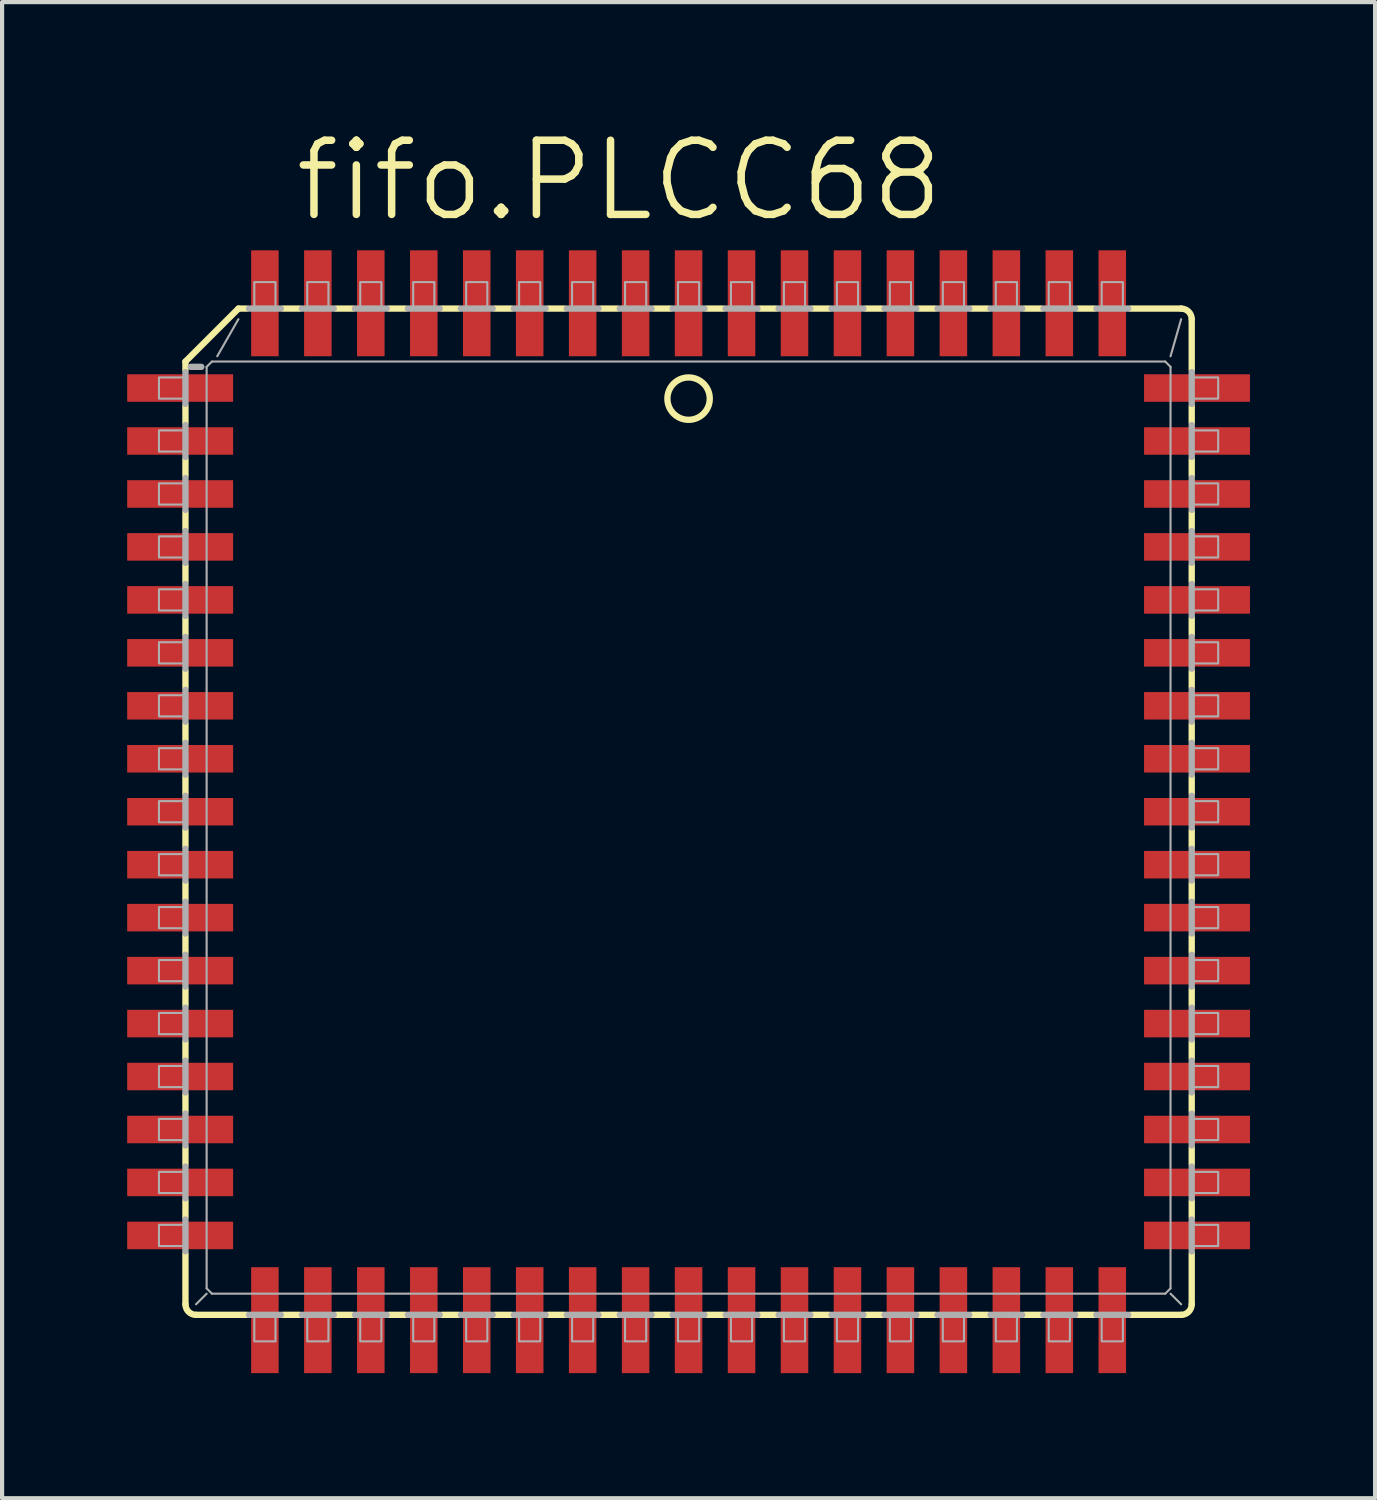
<source format=kicad_pcb>
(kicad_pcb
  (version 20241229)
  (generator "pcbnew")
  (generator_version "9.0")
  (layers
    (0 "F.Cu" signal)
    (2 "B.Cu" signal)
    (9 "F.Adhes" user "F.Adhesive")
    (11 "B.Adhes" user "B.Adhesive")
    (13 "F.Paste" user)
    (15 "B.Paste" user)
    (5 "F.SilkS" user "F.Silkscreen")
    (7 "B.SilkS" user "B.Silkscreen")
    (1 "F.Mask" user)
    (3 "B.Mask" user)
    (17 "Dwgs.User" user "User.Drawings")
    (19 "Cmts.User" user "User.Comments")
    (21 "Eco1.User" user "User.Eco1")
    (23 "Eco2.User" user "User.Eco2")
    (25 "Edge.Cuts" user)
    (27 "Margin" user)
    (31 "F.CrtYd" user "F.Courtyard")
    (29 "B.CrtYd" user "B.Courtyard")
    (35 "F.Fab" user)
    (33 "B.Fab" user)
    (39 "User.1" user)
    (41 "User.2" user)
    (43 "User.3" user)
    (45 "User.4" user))
  (footprint "fifo.PLCC68"
    (layer "F.Cu")
    (at 13.462 16.415)
    (property "Reference" "fifo.PLCC68" (at -9.525 -14.097 0) (layer "F.SilkS") (effects (font (size 1.778 1.778) (thickness 0.18)) (justify left bottom)))
    (attr smd)
    (fp_line (start -12.065 -10.795) (end -12.065 -10.592) (stroke (width 0.152) (type default)) (layer "F.SilkS"))
    (fp_line (start -12.065 -10.795) (end -10.795 -12.065) (stroke (width 0.152) (type default)) (layer "F.SilkS"))
    (fp_line (start -12.065 -9.728) (end -12.065 -9.322) (stroke (width 0.152) (type default)) (layer "F.SilkS"))
    (fp_line (start -12.065 -8.458) (end -12.065 -8.052) (stroke (width 0.152) (type default)) (layer "F.SilkS"))
    (fp_line (start -12.065 -7.188) (end -12.065 -6.782) (stroke (width 0.152) (type default)) (layer "F.SilkS"))
    (fp_line (start -12.065 -5.918) (end -12.065 -5.512) (stroke (width 0.152) (type default)) (layer "F.SilkS"))
    (fp_line (start -12.065 -4.648) (end -12.065 -4.242) (stroke (width 0.152) (type default)) (layer "F.SilkS"))
    (fp_line (start -12.065 -3.378) (end -12.065 -2.972) (stroke (width 0.152) (type default)) (layer "F.SilkS"))
    (fp_line (start -12.065 -1.702) (end -12.065 -2.108) (stroke (width 0.152) (type default)) (layer "F.SilkS"))
    (fp_line (start -12.065 -0.838) (end -12.065 -0.432) (stroke (width 0.152) (type default)) (layer "F.SilkS"))
    (fp_line (start -12.065 0.838) (end -12.065 0.432) (stroke (width 0.152) (type default)) (layer "F.SilkS"))
    (fp_line (start -12.065 1.702) (end -12.065 2.108) (stroke (width 0.152) (type default)) (layer "F.SilkS"))
    (fp_line (start -12.065 3.378) (end -12.065 2.972) (stroke (width 0.152) (type default)) (layer "F.SilkS"))
    (fp_line (start -12.065 4.242) (end -12.065 4.648) (stroke (width 0.152) (type default)) (layer "F.SilkS"))
    (fp_line (start -12.065 5.918) (end -12.065 5.512) (stroke (width 0.152) (type default)) (layer "F.SilkS"))
    (fp_line (start -12.065 6.782) (end -12.065 7.188) (stroke (width 0.152) (type default)) (layer "F.SilkS"))
    (fp_line (start -12.065 8.458) (end -12.065 8.052) (stroke (width 0.152) (type default)) (layer "F.SilkS"))
    (fp_line (start -12.065 9.322) (end -12.065 9.728) (stroke (width 0.152) (type default)) (layer "F.SilkS"))
    (fp_line (start -12.065 11.811) (end -12.065 10.592) (stroke (width 0.152) (type default)) (layer "F.SilkS"))
    (fp_line (start -11.811 12.065) (end -10.592 12.065) (stroke (width 0.152) (type default)) (layer "F.SilkS"))
    (fp_line (start -10.795 -12.065) (end -10.592 -12.065) (stroke (width 0.152) (type default)) (layer "F.SilkS"))
    (fp_line (start -9.728 12.065) (end -9.322 12.065) (stroke (width 0.152) (type default)) (layer "F.SilkS"))
    (fp_line (start -9.322 -12.065) (end -9.728 -12.065) (stroke (width 0.152) (type default)) (layer "F.SilkS"))
    (fp_line (start -8.458 -12.065) (end -8.052 -12.065) (stroke (width 0.152) (type default)) (layer "F.SilkS"))
    (fp_line (start -8.458 12.065) (end -8.052 12.065) (stroke (width 0.152) (type default)) (layer "F.SilkS"))
    (fp_line (start -7.188 12.065) (end -6.782 12.065) (stroke (width 0.152) (type default)) (layer "F.SilkS"))
    (fp_line (start -6.782 -12.065) (end -7.188 -12.065) (stroke (width 0.152) (type default)) (layer "F.SilkS"))
    (fp_line (start -5.918 -12.065) (end -5.512 -12.065) (stroke (width 0.152) (type default)) (layer "F.SilkS"))
    (fp_line (start -5.918 12.065) (end -5.512 12.065) (stroke (width 0.152) (type default)) (layer "F.SilkS"))
    (fp_line (start -4.648 12.065) (end -4.242 12.065) (stroke (width 0.152) (type default)) (layer "F.SilkS"))
    (fp_line (start -4.242 -12.065) (end -4.648 -12.065) (stroke (width 0.152) (type default)) (layer "F.SilkS"))
    (fp_line (start -3.378 -12.065) (end -2.972 -12.065) (stroke (width 0.152) (type default)) (layer "F.SilkS"))
    (fp_line (start -3.378 12.065) (end -2.972 12.065) (stroke (width 0.152) (type default)) (layer "F.SilkS"))
    (fp_line (start -1.702 -12.065) (end -2.108 -12.065) (stroke (width 0.152) (type default)) (layer "F.SilkS"))
    (fp_line (start -1.702 12.065) (end -2.108 12.065) (stroke (width 0.152) (type default)) (layer "F.SilkS"))
    (fp_line (start -0.838 -12.065) (end -0.432 -12.065) (stroke (width 0.152) (type default)) (layer "F.SilkS"))
    (fp_line (start -0.838 12.065) (end -0.432 12.065) (stroke (width 0.152) (type default)) (layer "F.SilkS"))
    (fp_line (start 0.838 -12.065) (end 0.432 -12.065) (stroke (width 0.152) (type default)) (layer "F.SilkS"))
    (fp_line (start 0.838 12.065) (end 0.432 12.065) (stroke (width 0.152) (type default)) (layer "F.SilkS"))
    (fp_line (start 1.702 -12.065) (end 2.108 -12.065) (stroke (width 0.152) (type default)) (layer "F.SilkS"))
    (fp_line (start 1.702 12.065) (end 2.108 12.065) (stroke (width 0.152) (type default)) (layer "F.SilkS"))
    (fp_line (start 3.378 -12.065) (end 2.972 -12.065) (stroke (width 0.152) (type default)) (layer "F.SilkS"))
    (fp_line (start 3.378 12.065) (end 2.972 12.065) (stroke (width 0.152) (type default)) (layer "F.SilkS"))
    (fp_line (start 4.242 12.065) (end 4.648 12.065) (stroke (width 0.152) (type default)) (layer "F.SilkS"))
    (fp_line (start 4.648 -12.065) (end 4.242 -12.065) (stroke (width 0.152) (type default)) (layer "F.SilkS"))
    (fp_line (start 5.918 -12.065) (end 5.512 -12.065) (stroke (width 0.152) (type default)) (layer "F.SilkS"))
    (fp_line (start 5.918 12.065) (end 5.512 12.065) (stroke (width 0.152) (type default)) (layer "F.SilkS"))
    (fp_line (start 6.782 12.065) (end 7.188 12.065) (stroke (width 0.152) (type default)) (layer "F.SilkS"))
    (fp_line (start 7.188 -12.065) (end 6.782 -12.065) (stroke (width 0.152) (type default)) (layer "F.SilkS"))
    (fp_line (start 8.458 -12.065) (end 8.052 -12.065) (stroke (width 0.152) (type default)) (layer "F.SilkS"))
    (fp_line (start 8.458 12.065) (end 8.052 12.065) (stroke (width 0.152) (type default)) (layer "F.SilkS"))
    (fp_line (start 9.322 12.065) (end 9.728 12.065) (stroke (width 0.152) (type default)) (layer "F.SilkS"))
    (fp_line (start 9.728 -12.065) (end 9.322 -12.065) (stroke (width 0.152) (type default)) (layer "F.SilkS"))
    (fp_line (start 11.811 -12.065) (end 10.592 -12.065) (stroke (width 0.152) (type default)) (layer "F.SilkS"))
    (fp_line (start 11.811 12.065) (end 10.592 12.065) (stroke (width 0.152) (type default)) (layer "F.SilkS"))
    (fp_line (start 12.065 -11.811) (end 12.065 -10.592) (stroke (width 0.152) (type default)) (layer "F.SilkS"))
    (fp_line (start 12.065 -9.322) (end 12.065 -9.728) (stroke (width 0.152) (type default)) (layer "F.SilkS"))
    (fp_line (start 12.065 -8.458) (end 12.065 -8.052) (stroke (width 0.152) (type default)) (layer "F.SilkS"))
    (fp_line (start 12.065 -6.782) (end 12.065 -7.188) (stroke (width 0.152) (type default)) (layer "F.SilkS"))
    (fp_line (start 12.065 -5.918) (end 12.065 -5.512) (stroke (width 0.152) (type default)) (layer "F.SilkS"))
    (fp_line (start 12.065 -4.242) (end 12.065 -4.648) (stroke (width 0.152) (type default)) (layer "F.SilkS"))
    (fp_line (start 12.065 -3.378) (end 12.065 -2.972) (stroke (width 0.152) (type default)) (layer "F.SilkS"))
    (fp_line (start 12.065 -1.702) (end 12.065 -2.108) (stroke (width 0.152) (type default)) (layer "F.SilkS"))
    (fp_line (start 12.065 -0.838) (end 12.065 -0.432) (stroke (width 0.152) (type default)) (layer "F.SilkS"))
    (fp_line (start 12.065 0.838) (end 12.065 0.432) (stroke (width 0.152) (type default)) (layer "F.SilkS"))
    (fp_line (start 12.065 1.702) (end 12.065 2.108) (stroke (width 0.152) (type default)) (layer "F.SilkS"))
    (fp_line (start 12.065 3.378) (end 12.065 2.972) (stroke (width 0.152) (type default)) (layer "F.SilkS"))
    (fp_line (start 12.065 4.648) (end 12.065 4.242) (stroke (width 0.152) (type default)) (layer "F.SilkS"))
    (fp_line (start 12.065 5.918) (end 12.065 5.512) (stroke (width 0.152) (type default)) (layer "F.SilkS"))
    (fp_line (start 12.065 7.188) (end 12.065 6.782) (stroke (width 0.152) (type default)) (layer "F.SilkS"))
    (fp_line (start 12.065 8.458) (end 12.065 8.052) (stroke (width 0.152) (type default)) (layer "F.SilkS"))
    (fp_line (start 12.065 9.728) (end 12.065 9.322) (stroke (width 0.152) (type default)) (layer "F.SilkS"))
    (fp_line (start 12.065 11.811) (end 12.065 10.592) (stroke (width 0.152) (type default)) (layer "F.SilkS"))
    (fp_arc (start -11.811 12.065) (mid -11.990605 11.990605) (end -12.065 11.811) (stroke (width 0.1524) (type default)) (layer "F.SilkS"))
    (fp_arc (start 11.811 -12.065) (mid 11.990605 -11.990605) (end 12.065 -11.811) (stroke (width 0.1524) (type default)) (layer "F.SilkS"))
    (fp_arc (start 12.065 11.811) (mid 11.990605 11.990605) (end 11.811 12.065) (stroke (width 0.1524) (type default)) (layer "F.SilkS"))
    (fp_circle (center 0 -9.906) (end 0.508 -9.906) (stroke (width 0.152) (type default)) (fill no) (layer "F.SilkS"))
    (fp_line (start -12.065 -10.541) (end -12.065 -9.779) (stroke (width 0.152) (type default)) (layer "F.Fab"))
    (fp_line (start -12.065 -9.271) (end -12.065 -8.509) (stroke (width 0.152) (type default)) (layer "F.Fab"))
    (fp_line (start -12.065 -8.001) (end -12.065 -7.239) (stroke (width 0.152) (type default)) (layer "F.Fab"))
    (fp_line (start -12.065 -6.731) (end -12.065 -5.969) (stroke (width 0.152) (type default)) (layer "F.Fab"))
    (fp_line (start -12.065 -5.461) (end -12.065 -4.699) (stroke (width 0.152) (type default)) (layer "F.Fab"))
    (fp_line (start -12.065 -4.191) (end -12.065 -3.429) (stroke (width 0.152) (type default)) (layer "F.Fab"))
    (fp_line (start -12.065 -2.921) (end -12.065 -2.159) (stroke (width 0.152) (type default)) (layer "F.Fab"))
    (fp_line (start -12.065 -1.651) (end -12.065 -0.889) (stroke (width 0.152) (type default)) (layer "F.Fab"))
    (fp_line (start -12.065 -0.381) (end -12.065 0.381) (stroke (width 0.152) (type default)) (layer "F.Fab"))
    (fp_line (start -12.065 0.889) (end -12.065 1.651) (stroke (width 0.152) (type default)) (layer "F.Fab"))
    (fp_line (start -12.065 2.159) (end -12.065 2.921) (stroke (width 0.152) (type default)) (layer "F.Fab"))
    (fp_line (start -12.065 3.429) (end -12.065 4.191) (stroke (width 0.152) (type default)) (layer "F.Fab"))
    (fp_line (start -12.065 4.699) (end -12.065 5.461) (stroke (width 0.152) (type default)) (layer "F.Fab"))
    (fp_line (start -12.065 5.969) (end -12.065 6.731) (stroke (width 0.152) (type default)) (layer "F.Fab"))
    (fp_line (start -12.065 7.239) (end -12.065 8.001) (stroke (width 0.152) (type default)) (layer "F.Fab"))
    (fp_line (start -12.065 8.509) (end -12.065 9.271) (stroke (width 0.152) (type default)) (layer "F.Fab"))
    (fp_line (start -12.065 9.779) (end -12.065 10.541) (stroke (width 0.152) (type default)) (layer "F.Fab"))
    (fp_line (start -11.684 -10.668) (end -11.938 -10.668) (stroke (width 0.152) (type default)) (layer "F.Fab"))
    (fp_line (start -11.557 11.43) (end -11.557 -10.668) (stroke (width 0.051) (type default)) (layer "F.Fab"))
    (fp_line (start -11.557 11.43) (end -11.43 11.557) (stroke (width 0.051) (type default)) (layer "F.Fab"))
    (fp_line (start -11.557 11.557) (end -11.811 11.811) (stroke (width 0.051) (type default)) (layer "F.Fab"))
    (fp_line (start -11.43 -10.795) (end -11.557 -10.668) (stroke (width 0.051) (type default)) (layer "F.Fab"))
    (fp_line (start -11.43 -10.795) (end 11.43 -10.795) (stroke (width 0.051) (type default)) (layer "F.Fab"))
    (fp_line (start -11.303 -10.922) (end -10.795 -11.811) (stroke (width 0.051) (type default)) (layer "F.Fab"))
    (fp_line (start -10.541 12.065) (end -9.779 12.065) (stroke (width 0.152) (type default)) (layer "F.Fab"))
    (fp_line (start -9.779 -12.065) (end -10.541 -12.065) (stroke (width 0.152) (type default)) (layer "F.Fab"))
    (fp_line (start -9.271 12.065) (end -8.509 12.065) (stroke (width 0.152) (type default)) (layer "F.Fab"))
    (fp_line (start -8.509 -12.065) (end -9.271 -12.065) (stroke (width 0.152) (type default)) (layer "F.Fab"))
    (fp_line (start -8.001 12.065) (end -7.239 12.065) (stroke (width 0.152) (type default)) (layer "F.Fab"))
    (fp_line (start -7.239 -12.065) (end -8.001 -12.065) (stroke (width 0.152) (type default)) (layer "F.Fab"))
    (fp_line (start -6.731 12.065) (end -5.969 12.065) (stroke (width 0.152) (type default)) (layer "F.Fab"))
    (fp_line (start -5.969 -12.065) (end -6.731 -12.065) (stroke (width 0.152) (type default)) (layer "F.Fab"))
    (fp_line (start -5.461 12.065) (end -4.699 12.065) (stroke (width 0.152) (type default)) (layer "F.Fab"))
    (fp_line (start -4.699 -12.065) (end -5.461 -12.065) (stroke (width 0.152) (type default)) (layer "F.Fab"))
    (fp_line (start -4.191 12.065) (end -3.429 12.065) (stroke (width 0.152) (type default)) (layer "F.Fab"))
    (fp_line (start -3.429 -12.065) (end -4.191 -12.065) (stroke (width 0.152) (type default)) (layer "F.Fab"))
    (fp_line (start -2.921 12.065) (end -2.159 12.065) (stroke (width 0.152) (type default)) (layer "F.Fab"))
    (fp_line (start -2.159 -12.065) (end -2.921 -12.065) (stroke (width 0.152) (type default)) (layer "F.Fab"))
    (fp_line (start -1.651 12.065) (end -0.889 12.065) (stroke (width 0.152) (type default)) (layer "F.Fab"))
    (fp_line (start -0.889 -12.065) (end -1.651 -12.065) (stroke (width 0.152) (type default)) (layer "F.Fab"))
    (fp_line (start -0.381 12.065) (end 0.381 12.065) (stroke (width 0.152) (type default)) (layer "F.Fab"))
    (fp_line (start 0.381 -12.065) (end -0.381 -12.065) (stroke (width 0.152) (type default)) (layer "F.Fab"))
    (fp_line (start 0.889 12.065) (end 1.651 12.065) (stroke (width 0.152) (type default)) (layer "F.Fab"))
    (fp_line (start 1.651 -12.065) (end 0.889 -12.065) (stroke (width 0.152) (type default)) (layer "F.Fab"))
    (fp_line (start 2.159 12.065) (end 2.921 12.065) (stroke (width 0.152) (type default)) (layer "F.Fab"))
    (fp_line (start 2.921 -12.065) (end 2.159 -12.065) (stroke (width 0.152) (type default)) (layer "F.Fab"))
    (fp_line (start 3.429 12.065) (end 4.191 12.065) (stroke (width 0.152) (type default)) (layer "F.Fab"))
    (fp_line (start 4.191 -12.065) (end 3.429 -12.065) (stroke (width 0.152) (type default)) (layer "F.Fab"))
    (fp_line (start 4.699 12.065) (end 5.461 12.065) (stroke (width 0.152) (type default)) (layer "F.Fab"))
    (fp_line (start 5.461 -12.065) (end 4.699 -12.065) (stroke (width 0.152) (type default)) (layer "F.Fab"))
    (fp_line (start 5.969 12.065) (end 6.731 12.065) (stroke (width 0.152) (type default)) (layer "F.Fab"))
    (fp_line (start 6.731 -12.065) (end 5.969 -12.065) (stroke (width 0.152) (type default)) (layer "F.Fab"))
    (fp_line (start 7.239 12.065) (end 8.001 12.065) (stroke (width 0.152) (type default)) (layer "F.Fab"))
    (fp_line (start 8.001 -12.065) (end 7.239 -12.065) (stroke (width 0.152) (type default)) (layer "F.Fab"))
    (fp_line (start 8.509 12.065) (end 9.271 12.065) (stroke (width 0.152) (type default)) (layer "F.Fab"))
    (fp_line (start 9.271 -12.065) (end 8.509 -12.065) (stroke (width 0.152) (type default)) (layer "F.Fab"))
    (fp_line (start 9.779 12.065) (end 10.541 12.065) (stroke (width 0.152) (type default)) (layer "F.Fab"))
    (fp_line (start 10.541 -12.065) (end 9.779 -12.065) (stroke (width 0.152) (type default)) (layer "F.Fab"))
    (fp_line (start 11.43 11.557) (end -11.43 11.557) (stroke (width 0.051) (type default)) (layer "F.Fab"))
    (fp_line (start 11.43 11.557) (end 11.557 11.43) (stroke (width 0.051) (type default)) (layer "F.Fab"))
    (fp_line (start 11.557 -10.668) (end 11.43 -10.795) (stroke (width 0.051) (type default)) (layer "F.Fab"))
    (fp_line (start 11.557 -10.668) (end 11.557 11.43) (stroke (width 0.051) (type default)) (layer "F.Fab"))
    (fp_line (start 11.557 11.557) (end 11.811 11.811) (stroke (width 0.051) (type default)) (layer "F.Fab"))
    (fp_line (start 11.811 -11.811) (end 11.557 -10.922) (stroke (width 0.051) (type default)) (layer "F.Fab"))
    (fp_line (start 12.065 -9.779) (end 12.065 -10.541) (stroke (width 0.152) (type default)) (layer "F.Fab"))
    (fp_line (start 12.065 -8.509) (end 12.065 -9.271) (stroke (width 0.152) (type default)) (layer "F.Fab"))
    (fp_line (start 12.065 -7.239) (end 12.065 -8.001) (stroke (width 0.152) (type default)) (layer "F.Fab"))
    (fp_line (start 12.065 -5.969) (end 12.065 -6.731) (stroke (width 0.152) (type default)) (layer "F.Fab"))
    (fp_line (start 12.065 -4.699) (end 12.065 -5.461) (stroke (width 0.152) (type default)) (layer "F.Fab"))
    (fp_line (start 12.065 -3.429) (end 12.065 -4.191) (stroke (width 0.152) (type default)) (layer "F.Fab"))
    (fp_line (start 12.065 -2.159) (end 12.065 -2.921) (stroke (width 0.152) (type default)) (layer "F.Fab"))
    (fp_line (start 12.065 -0.889) (end 12.065 -1.651) (stroke (width 0.152) (type default)) (layer "F.Fab"))
    (fp_line (start 12.065 0.381) (end 12.065 -0.381) (stroke (width 0.152) (type default)) (layer "F.Fab"))
    (fp_line (start 12.065 1.651) (end 12.065 0.889) (stroke (width 0.152) (type default)) (layer "F.Fab"))
    (fp_line (start 12.065 2.921) (end 12.065 2.159) (stroke (width 0.152) (type default)) (layer "F.Fab"))
    (fp_line (start 12.065 4.191) (end 12.065 3.429) (stroke (width 0.152) (type default)) (layer "F.Fab"))
    (fp_line (start 12.065 5.461) (end 12.065 4.699) (stroke (width 0.152) (type default)) (layer "F.Fab"))
    (fp_line (start 12.065 6.731) (end 12.065 5.969) (stroke (width 0.152) (type default)) (layer "F.Fab"))
    (fp_line (start 12.065 8.001) (end 12.065 7.239) (stroke (width 0.152) (type default)) (layer "F.Fab"))
    (fp_line (start 12.065 9.271) (end 12.065 8.509) (stroke (width 0.152) (type default)) (layer "F.Fab"))
    (fp_line (start 12.065 10.541) (end 12.065 9.779) (stroke (width 0.152) (type default)) (layer "F.Fab"))
    (fp_rect (start -12.7 -9.906) (end -12.065 -10.414) (stroke (width 0.05) (type default)) (fill no) (layer "F.Fab"))
    (fp_rect (start -12.7 -8.636) (end -12.065 -9.144) (stroke (width 0.05) (type default)) (fill no) (layer "F.Fab"))
    (fp_rect (start -12.7 -7.366) (end -12.065 -7.874) (stroke (width 0.05) (type default)) (fill no) (layer "F.Fab"))
    (fp_rect (start -12.7 -6.096) (end -12.065 -6.604) (stroke (width 0.05) (type default)) (fill no) (layer "F.Fab"))
    (fp_rect (start -12.7 -4.826) (end -12.065 -5.334) (stroke (width 0.05) (type default)) (fill no) (layer "F.Fab"))
    (fp_rect (start -12.7 -3.556) (end -12.065 -4.064) (stroke (width 0.05) (type default)) (fill no) (layer "F.Fab"))
    (fp_rect (start -12.7 -2.286) (end -12.065 -2.794) (stroke (width 0.05) (type default)) (fill no) (layer "F.Fab"))
    (fp_rect (start -12.7 -1.016) (end -12.065 -1.524) (stroke (width 0.05) (type default)) (fill no) (layer "F.Fab"))
    (fp_rect (start -12.7 0.254) (end -12.065 -0.254) (stroke (width 0.05) (type default)) (fill no) (layer "F.Fab"))
    (fp_rect (start -12.7 1.524) (end -12.065 1.016) (stroke (width 0.05) (type default)) (fill no) (layer "F.Fab"))
    (fp_rect (start -12.7 2.794) (end -12.065 2.286) (stroke (width 0.05) (type default)) (fill no) (layer "F.Fab"))
    (fp_rect (start -12.7 4.064) (end -12.065 3.556) (stroke (width 0.05) (type default)) (fill no) (layer "F.Fab"))
    (fp_rect (start -12.7 5.334) (end -12.065 4.826) (stroke (width 0.05) (type default)) (fill no) (layer "F.Fab"))
    (fp_rect (start -12.7 6.604) (end -12.065 6.096) (stroke (width 0.05) (type default)) (fill no) (layer "F.Fab"))
    (fp_rect (start -12.7 7.874) (end -12.065 7.366) (stroke (width 0.05) (type default)) (fill no) (layer "F.Fab"))
    (fp_rect (start -12.7 9.144) (end -12.065 8.636) (stroke (width 0.05) (type default)) (fill no) (layer "F.Fab"))
    (fp_rect (start -12.7 10.414) (end -12.065 9.906) (stroke (width 0.05) (type default)) (fill no) (layer "F.Fab"))
    (fp_rect (start -10.414 -12.065) (end -9.906 -12.7) (stroke (width 0.05) (type default)) (fill no) (layer "F.Fab"))
    (fp_rect (start -10.414 12.7) (end -9.906 12.065) (stroke (width 0.05) (type default)) (fill no) (layer "F.Fab"))
    (fp_rect (start -9.144 -12.065) (end -8.636 -12.7) (stroke (width 0.05) (type default)) (fill no) (layer "F.Fab"))
    (fp_rect (start -9.144 12.7) (end -8.636 12.065) (stroke (width 0.05) (type default)) (fill no) (layer "F.Fab"))
    (fp_rect (start -7.874 -12.065) (end -7.366 -12.7) (stroke (width 0.05) (type default)) (fill no) (layer "F.Fab"))
    (fp_rect (start -7.874 12.7) (end -7.366 12.065) (stroke (width 0.05) (type default)) (fill no) (layer "F.Fab"))
    (fp_rect (start -6.604 -12.065) (end -6.096 -12.7) (stroke (width 0.05) (type default)) (fill no) (layer "F.Fab"))
    (fp_rect (start -6.604 12.7) (end -6.096 12.065) (stroke (width 0.05) (type default)) (fill no) (layer "F.Fab"))
    (fp_rect (start -5.334 -12.065) (end -4.826 -12.7) (stroke (width 0.05) (type default)) (fill no) (layer "F.Fab"))
    (fp_rect (start -5.334 12.7) (end -4.826 12.065) (stroke (width 0.05) (type default)) (fill no) (layer "F.Fab"))
    (fp_rect (start -4.064 -12.065) (end -3.556 -12.7) (stroke (width 0.05) (type default)) (fill no) (layer "F.Fab"))
    (fp_rect (start -4.064 12.7) (end -3.556 12.065) (stroke (width 0.05) (type default)) (fill no) (layer "F.Fab"))
    (fp_rect (start -2.794 -12.065) (end -2.286 -12.7) (stroke (width 0.05) (type default)) (fill no) (layer "F.Fab"))
    (fp_rect (start -2.794 12.7) (end -2.286 12.065) (stroke (width 0.05) (type default)) (fill no) (layer "F.Fab"))
    (fp_rect (start -1.524 -12.065) (end -1.016 -12.7) (stroke (width 0.05) (type default)) (fill no) (layer "F.Fab"))
    (fp_rect (start -1.524 12.7) (end -1.016 12.065) (stroke (width 0.05) (type default)) (fill no) (layer "F.Fab"))
    (fp_rect (start -0.254 -12.065) (end 0.254 -12.7) (stroke (width 0.05) (type default)) (fill no) (layer "F.Fab"))
    (fp_rect (start -0.254 12.7) (end 0.254 12.065) (stroke (width 0.05) (type default)) (fill no) (layer "F.Fab"))
    (fp_rect (start 1.016 -12.065) (end 1.524 -12.7) (stroke (width 0.05) (type default)) (fill no) (layer "F.Fab"))
    (fp_rect (start 1.016 12.7) (end 1.524 12.065) (stroke (width 0.05) (type default)) (fill no) (layer "F.Fab"))
    (fp_rect (start 2.286 -12.065) (end 2.794 -12.7) (stroke (width 0.05) (type default)) (fill no) (layer "F.Fab"))
    (fp_rect (start 2.286 12.7) (end 2.794 12.065) (stroke (width 0.05) (type default)) (fill no) (layer "F.Fab"))
    (fp_rect (start 3.556 -12.065) (end 4.064 -12.7) (stroke (width 0.05) (type default)) (fill no) (layer "F.Fab"))
    (fp_rect (start 3.556 12.7) (end 4.064 12.065) (stroke (width 0.05) (type default)) (fill no) (layer "F.Fab"))
    (fp_rect (start 4.826 -12.065) (end 5.334 -12.7) (stroke (width 0.05) (type default)) (fill no) (layer "F.Fab"))
    (fp_rect (start 4.826 12.7) (end 5.334 12.065) (stroke (width 0.05) (type default)) (fill no) (layer "F.Fab"))
    (fp_rect (start 6.096 -12.065) (end 6.604 -12.7) (stroke (width 0.05) (type default)) (fill no) (layer "F.Fab"))
    (fp_rect (start 6.096 12.7) (end 6.604 12.065) (stroke (width 0.05) (type default)) (fill no) (layer "F.Fab"))
    (fp_rect (start 7.366 -12.065) (end 7.874 -12.7) (stroke (width 0.05) (type default)) (fill no) (layer "F.Fab"))
    (fp_rect (start 7.366 12.7) (end 7.874 12.065) (stroke (width 0.05) (type default)) (fill no) (layer "F.Fab"))
    (fp_rect (start 8.636 -12.065) (end 9.144 -12.7) (stroke (width 0.05) (type default)) (fill no) (layer "F.Fab"))
    (fp_rect (start 8.636 12.7) (end 9.144 12.065) (stroke (width 0.05) (type default)) (fill no) (layer "F.Fab"))
    (fp_rect (start 9.906 -12.065) (end 10.414 -12.7) (stroke (width 0.05) (type default)) (fill no) (layer "F.Fab"))
    (fp_rect (start 9.906 12.7) (end 10.414 12.065) (stroke (width 0.05) (type default)) (fill no) (layer "F.Fab"))
    (fp_rect (start 12.065 -9.906) (end 12.7 -10.414) (stroke (width 0.05) (type default)) (fill no) (layer "F.Fab"))
    (fp_rect (start 12.065 -8.636) (end 12.7 -9.144) (stroke (width 0.05) (type default)) (fill no) (layer "F.Fab"))
    (fp_rect (start 12.065 -7.366) (end 12.7 -7.874) (stroke (width 0.05) (type default)) (fill no) (layer "F.Fab"))
    (fp_rect (start 12.065 -6.096) (end 12.7 -6.604) (stroke (width 0.05) (type default)) (fill no) (layer "F.Fab"))
    (fp_rect (start 12.065 -4.826) (end 12.7 -5.334) (stroke (width 0.05) (type default)) (fill no) (layer "F.Fab"))
    (fp_rect (start 12.065 -3.556) (end 12.7 -4.064) (stroke (width 0.05) (type default)) (fill no) (layer "F.Fab"))
    (fp_rect (start 12.065 -2.286) (end 12.7 -2.794) (stroke (width 0.05) (type default)) (fill no) (layer "F.Fab"))
    (fp_rect (start 12.065 -1.016) (end 12.7 -1.524) (stroke (width 0.05) (type default)) (fill no) (layer "F.Fab"))
    (fp_rect (start 12.065 0.254) (end 12.7 -0.254) (stroke (width 0.05) (type default)) (fill no) (layer "F.Fab"))
    (fp_rect (start 12.065 1.524) (end 12.7 1.016) (stroke (width 0.05) (type default)) (fill no) (layer "F.Fab"))
    (fp_rect (start 12.065 2.794) (end 12.7 2.286) (stroke (width 0.05) (type default)) (fill no) (layer "F.Fab"))
    (fp_rect (start 12.065 4.064) (end 12.7 3.556) (stroke (width 0.05) (type default)) (fill no) (layer "F.Fab"))
    (fp_rect (start 12.065 5.334) (end 12.7 4.826) (stroke (width 0.05) (type default)) (fill no) (layer "F.Fab"))
    (fp_rect (start 12.065 6.604) (end 12.7 6.096) (stroke (width 0.05) (type default)) (fill no) (layer "F.Fab"))
    (fp_rect (start 12.065 7.874) (end 12.7 7.366) (stroke (width 0.05) (type default)) (fill no) (layer "F.Fab"))
    (fp_rect (start 12.065 9.144) (end 12.7 8.636) (stroke (width 0.05) (type default)) (fill no) (layer "F.Fab"))
    (fp_rect (start 12.065 10.414) (end 12.7 9.906) (stroke (width 0.05) (type default)) (fill no) (layer "F.Fab"))
    (pad "1" smd roundrect (at 0 -12.192) (size 0.66 2.54) (layers "F.Cu" "F.Mask" "F.Paste") (roundrect_rratio 0.01))
    (pad "2" smd roundrect (at -1.27 -12.192) (size 0.66 2.54) (layers "F.Cu" "F.Mask" "F.Paste") (roundrect_rratio 0.01))
    (pad "3" smd roundrect (at -2.54 -12.192) (size 0.66 2.54) (layers "F.Cu" "F.Mask" "F.Paste") (roundrect_rratio 0.01))
    (pad "4" smd roundrect (at -3.81 -12.192) (size 0.66 2.54) (layers "F.Cu" "F.Mask" "F.Paste") (roundrect_rratio 0.01))
    (pad "5" smd roundrect (at -5.08 -12.192) (size 0.66 2.54) (layers "F.Cu" "F.Mask" "F.Paste") (roundrect_rratio 0.01))
    (pad "6" smd roundrect (at -6.35 -12.192) (size 0.66 2.54) (layers "F.Cu" "F.Mask" "F.Paste") (roundrect_rratio 0.01))
    (pad "7" smd roundrect (at -7.62 -12.192) (size 0.66 2.54) (layers "F.Cu" "F.Mask" "F.Paste") (roundrect_rratio 0.01))
    (pad "8" smd roundrect (at -8.89 -12.192) (size 0.66 2.54) (layers "F.Cu" "F.Mask" "F.Paste") (roundrect_rratio 0.01))
    (pad "9" smd roundrect (at -10.16 -12.192) (size 0.66 2.54) (layers "F.Cu" "F.Mask" "F.Paste") (roundrect_rratio 0.01))
    (pad "10" smd roundrect (at -12.192 -10.16) (size 2.54 0.66) (layers "F.Cu" "F.Mask" "F.Paste") (roundrect_rratio 0.01))
    (pad "11" smd roundrect (at -12.192 -8.89) (size 2.54 0.66) (layers "F.Cu" "F.Mask" "F.Paste") (roundrect_rratio 0.01))
    (pad "12" smd roundrect (at -12.192 -7.62) (size 2.54 0.66) (layers "F.Cu" "F.Mask" "F.Paste") (roundrect_rratio 0.01))
    (pad "13" smd roundrect (at -12.192 -6.35) (size 2.54 0.66) (layers "F.Cu" "F.Mask" "F.Paste") (roundrect_rratio 0.01))
    (pad "14" smd roundrect (at -12.192 -5.08) (size 2.54 0.66) (layers "F.Cu" "F.Mask" "F.Paste") (roundrect_rratio 0.01))
    (pad "15" smd roundrect (at -12.192 -3.81) (size 2.54 0.66) (layers "F.Cu" "F.Mask" "F.Paste") (roundrect_rratio 0.01))
    (pad "16" smd roundrect (at -12.192 -2.54) (size 2.54 0.66) (layers "F.Cu" "F.Mask" "F.Paste") (roundrect_rratio 0.01))
    (pad "17" smd roundrect (at -12.192 -1.27) (size 2.54 0.66) (layers "F.Cu" "F.Mask" "F.Paste") (roundrect_rratio 0.01))
    (pad "18" smd roundrect (at -12.192 0) (size 2.54 0.66) (layers "F.Cu" "F.Mask" "F.Paste") (roundrect_rratio 0.01))
    (pad "19" smd roundrect (at -12.192 1.27) (size 2.54 0.66) (layers "F.Cu" "F.Mask" "F.Paste") (roundrect_rratio 0.01))
    (pad "20" smd roundrect (at -12.192 2.54) (size 2.54 0.66) (layers "F.Cu" "F.Mask" "F.Paste") (roundrect_rratio 0.01))
    (pad "21" smd roundrect (at -12.192 3.81) (size 2.54 0.66) (layers "F.Cu" "F.Mask" "F.Paste") (roundrect_rratio 0.01))
    (pad "22" smd roundrect (at -12.192 5.08) (size 2.54 0.66) (layers "F.Cu" "F.Mask" "F.Paste") (roundrect_rratio 0.01))
    (pad "23" smd roundrect (at -12.192 6.35) (size 2.54 0.66) (layers "F.Cu" "F.Mask" "F.Paste") (roundrect_rratio 0.01))
    (pad "24" smd roundrect (at -12.192 7.62) (size 2.54 0.66) (layers "F.Cu" "F.Mask" "F.Paste") (roundrect_rratio 0.01))
    (pad "25" smd roundrect (at -12.192 8.89) (size 2.54 0.66) (layers "F.Cu" "F.Mask" "F.Paste") (roundrect_rratio 0.01))
    (pad "26" smd roundrect (at -12.192 10.16) (size 2.54 0.66) (layers "F.Cu" "F.Mask" "F.Paste") (roundrect_rratio 0.01))
    (pad "27" smd roundrect (at -10.16 12.192) (size 0.66 2.54) (layers "F.Cu" "F.Mask" "F.Paste") (roundrect_rratio 0.01))
    (pad "28" smd roundrect (at -8.89 12.192) (size 0.66 2.54) (layers "F.Cu" "F.Mask" "F.Paste") (roundrect_rratio 0.01))
    (pad "29" smd roundrect (at -7.62 12.192) (size 0.66 2.54) (layers "F.Cu" "F.Mask" "F.Paste") (roundrect_rratio 0.01))
    (pad "30" smd roundrect (at -6.35 12.192) (size 0.66 2.54) (layers "F.Cu" "F.Mask" "F.Paste") (roundrect_rratio 0.01))
    (pad "31" smd roundrect (at -5.08 12.192) (size 0.66 2.54) (layers "F.Cu" "F.Mask" "F.Paste") (roundrect_rratio 0.01))
    (pad "32" smd roundrect (at -3.81 12.192) (size 0.66 2.54) (layers "F.Cu" "F.Mask" "F.Paste") (roundrect_rratio 0.01))
    (pad "33" smd roundrect (at -2.54 12.192) (size 0.66 2.54) (layers "F.Cu" "F.Mask" "F.Paste") (roundrect_rratio 0.01))
    (pad "34" smd roundrect (at -1.27 12.192) (size 0.66 2.54) (layers "F.Cu" "F.Mask" "F.Paste") (roundrect_rratio 0.01))
    (pad "35" smd roundrect (at 0 12.192) (size 0.66 2.54) (layers "F.Cu" "F.Mask" "F.Paste") (roundrect_rratio 0.01))
    (pad "36" smd roundrect (at 1.27 12.192) (size 0.66 2.54) (layers "F.Cu" "F.Mask" "F.Paste") (roundrect_rratio 0.01))
    (pad "37" smd roundrect (at 2.54 12.192) (size 0.66 2.54) (layers "F.Cu" "F.Mask" "F.Paste") (roundrect_rratio 0.01))
    (pad "38" smd roundrect (at 3.81 12.192) (size 0.66 2.54) (layers "F.Cu" "F.Mask" "F.Paste") (roundrect_rratio 0.01))
    (pad "39" smd roundrect (at 5.08 12.192) (size 0.66 2.54) (layers "F.Cu" "F.Mask" "F.Paste") (roundrect_rratio 0.01))
    (pad "40" smd roundrect (at 6.35 12.192) (size 0.66 2.54) (layers "F.Cu" "F.Mask" "F.Paste") (roundrect_rratio 0.01))
    (pad "41" smd roundrect (at 7.62 12.192) (size 0.66 2.54) (layers "F.Cu" "F.Mask" "F.Paste") (roundrect_rratio 0.01))
    (pad "42" smd roundrect (at 8.89 12.192) (size 0.66 2.54) (layers "F.Cu" "F.Mask" "F.Paste") (roundrect_rratio 0.01))
    (pad "43" smd roundrect (at 10.16 12.192) (size 0.66 2.54) (layers "F.Cu" "F.Mask" "F.Paste") (roundrect_rratio 0.01))
    (pad "44" smd roundrect (at 12.192 10.16) (size 2.54 0.66) (layers "F.Cu" "F.Mask" "F.Paste") (roundrect_rratio 0.01))
    (pad "45" smd roundrect (at 12.192 8.89) (size 2.54 0.66) (layers "F.Cu" "F.Mask" "F.Paste") (roundrect_rratio 0.01))
    (pad "46" smd roundrect (at 12.192 7.62) (size 2.54 0.66) (layers "F.Cu" "F.Mask" "F.Paste") (roundrect_rratio 0.01))
    (pad "47" smd roundrect (at 12.192 6.35) (size 2.54 0.66) (layers "F.Cu" "F.Mask" "F.Paste") (roundrect_rratio 0.01))
    (pad "48" smd roundrect (at 12.192 5.08) (size 2.54 0.66) (layers "F.Cu" "F.Mask" "F.Paste") (roundrect_rratio 0.01))
    (pad "49" smd roundrect (at 12.192 3.81) (size 2.54 0.66) (layers "F.Cu" "F.Mask" "F.Paste") (roundrect_rratio 0.01))
    (pad "50" smd roundrect (at 12.192 2.54) (size 2.54 0.66) (layers "F.Cu" "F.Mask" "F.Paste") (roundrect_rratio 0.01))
    (pad "51" smd roundrect (at 12.192 1.27) (size 2.54 0.66) (layers "F.Cu" "F.Mask" "F.Paste") (roundrect_rratio 0.01))
    (pad "52" smd roundrect (at 12.192 0) (size 2.54 0.66) (layers "F.Cu" "F.Mask" "F.Paste") (roundrect_rratio 0.01))
    (pad "53" smd roundrect (at 12.192 -1.27) (size 2.54 0.66) (layers "F.Cu" "F.Mask" "F.Paste") (roundrect_rratio 0.01))
    (pad "54" smd roundrect (at 12.192 -2.54) (size 2.54 0.66) (layers "F.Cu" "F.Mask" "F.Paste") (roundrect_rratio 0.01))
    (pad "55" smd roundrect (at 12.192 -3.81) (size 2.54 0.66) (layers "F.Cu" "F.Mask" "F.Paste") (roundrect_rratio 0.01))
    (pad "56" smd roundrect (at 12.192 -5.08) (size 2.54 0.66) (layers "F.Cu" "F.Mask" "F.Paste") (roundrect_rratio 0.01))
    (pad "57" smd roundrect (at 12.192 -6.35) (size 2.54 0.66) (layers "F.Cu" "F.Mask" "F.Paste") (roundrect_rratio 0.01))
    (pad "58" smd roundrect (at 12.192 -7.62) (size 2.54 0.66) (layers "F.Cu" "F.Mask" "F.Paste") (roundrect_rratio 0.01))
    (pad "59" smd roundrect (at 12.192 -8.89) (size 2.54 0.66) (layers "F.Cu" "F.Mask" "F.Paste") (roundrect_rratio 0.01))
    (pad "60" smd roundrect (at 12.192 -10.16) (size 2.54 0.66) (layers "F.Cu" "F.Mask" "F.Paste") (roundrect_rratio 0.01))
    (pad "61" smd roundrect (at 10.16 -12.192) (size 0.66 2.54) (layers "F.Cu" "F.Mask" "F.Paste") (roundrect_rratio 0.01))
    (pad "62" smd roundrect (at 8.89 -12.192) (size 0.66 2.54) (layers "F.Cu" "F.Mask" "F.Paste") (roundrect_rratio 0.01))
    (pad "63" smd roundrect (at 7.62 -12.192) (size 0.66 2.54) (layers "F.Cu" "F.Mask" "F.Paste") (roundrect_rratio 0.01))
    (pad "64" smd roundrect (at 6.35 -12.192) (size 0.66 2.54) (layers "F.Cu" "F.Mask" "F.Paste") (roundrect_rratio 0.01))
    (pad "65" smd roundrect (at 5.08 -12.192) (size 0.66 2.54) (layers "F.Cu" "F.Mask" "F.Paste") (roundrect_rratio 0.01))
    (pad "66" smd roundrect (at 3.81 -12.192) (size 0.66 2.54) (layers "F.Cu" "F.Mask" "F.Paste") (roundrect_rratio 0.01))
    (pad "67" smd roundrect (at 2.54 -12.192) (size 0.66 2.54) (layers "F.Cu" "F.Mask" "F.Paste") (roundrect_rratio 0.01))
    (pad "68" smd roundrect (at 1.27 -12.192) (size 0.66 2.54) (layers "F.Cu" "F.Mask" "F.Paste") (roundrect_rratio 0.01)))
  (gr_rect
    (start -3 -3)
    (end 29.924 32.877)
    (stroke (width 0.1) (type default))
    (fill no)
    (layer "Edge.Cuts")))
</source>
